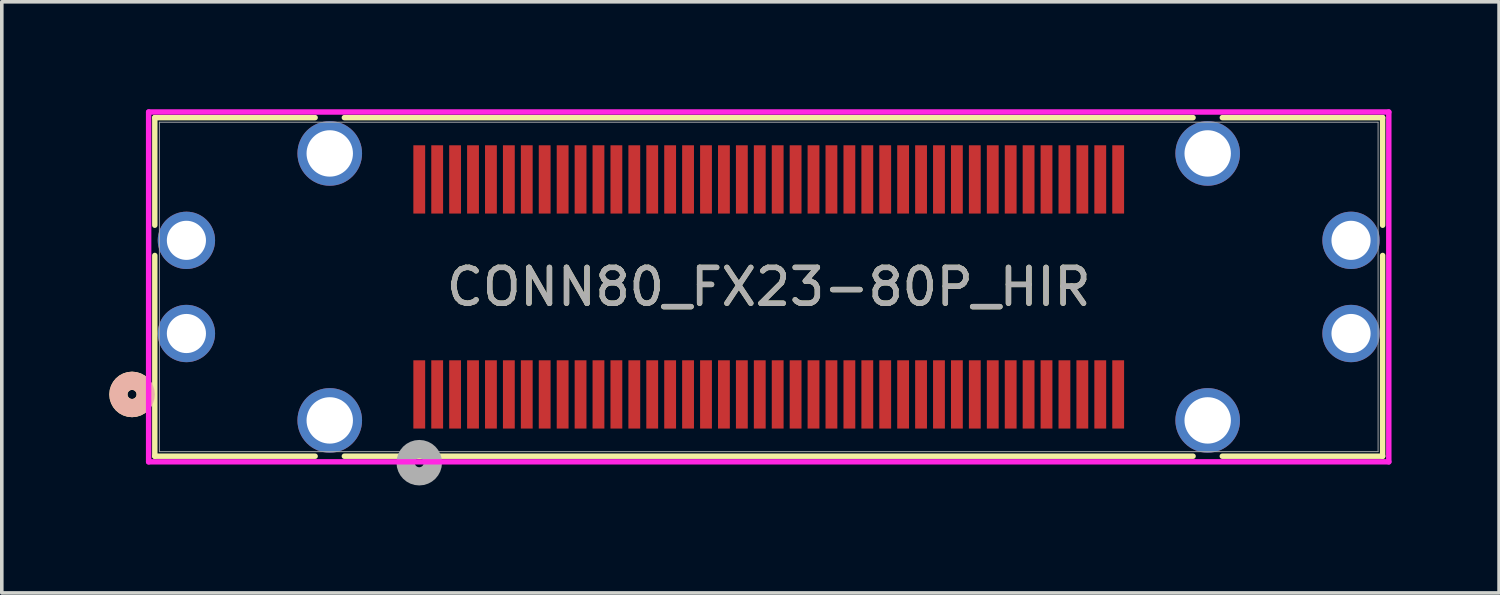
<source format=kicad_pcb>
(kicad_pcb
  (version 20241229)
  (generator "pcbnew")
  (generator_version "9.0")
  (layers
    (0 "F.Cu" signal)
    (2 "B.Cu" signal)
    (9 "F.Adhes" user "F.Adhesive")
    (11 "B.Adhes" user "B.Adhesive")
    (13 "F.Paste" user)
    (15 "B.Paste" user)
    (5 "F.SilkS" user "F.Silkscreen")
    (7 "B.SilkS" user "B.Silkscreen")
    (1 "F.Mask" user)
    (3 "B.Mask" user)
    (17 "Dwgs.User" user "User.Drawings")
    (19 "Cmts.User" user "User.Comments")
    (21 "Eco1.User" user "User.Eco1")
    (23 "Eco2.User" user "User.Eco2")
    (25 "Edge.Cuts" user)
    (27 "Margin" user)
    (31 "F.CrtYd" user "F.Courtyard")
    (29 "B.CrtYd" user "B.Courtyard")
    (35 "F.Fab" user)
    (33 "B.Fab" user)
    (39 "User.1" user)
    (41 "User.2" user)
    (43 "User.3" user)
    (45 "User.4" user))
  (footprint "CONN80_FX23-80P_HIR"
    (layer "F.Cu")
    (at 18.402 4.957)
    (property "Reference" "CONN80_FX23-80P_HIR" (at 0 0 0) (unlocked yes) (layer "F.SilkS") (effects (font (size 1 1) (thickness 0.15))))
    (attr smd)
    (fp_line (start -17.132 -4.724) (end -17.132 -1.722) (stroke (width 0.152) (type solid)) (layer "F.SilkS"))
    (fp_line (start -17.132 -0.878) (end -17.132 4.724) (stroke (width 0.152) (type solid)) (layer "F.SilkS"))
    (fp_line (start -17.132 4.724) (end -12.658 4.724) (stroke (width 0.152) (type solid)) (layer "F.SilkS"))
    (fp_line (start -12.658 -4.724) (end -17.132 -4.724) (stroke (width 0.152) (type solid)) (layer "F.SilkS"))
    (fp_line (start -11.842 4.724) (end 11.842 4.724) (stroke (width 0.152) (type solid)) (layer "F.SilkS"))
    (fp_line (start 11.842 -4.724) (end -11.842 -4.724) (stroke (width 0.152) (type solid)) (layer "F.SilkS"))
    (fp_line (start 12.658 4.724) (end 17.132 4.724) (stroke (width 0.152) (type solid)) (layer "F.SilkS"))
    (fp_line (start 17.132 -4.724) (end 12.658 -4.724) (stroke (width 0.152) (type solid)) (layer "F.SilkS"))
    (fp_line (start 17.132 -1.722) (end 17.132 -4.724) (stroke (width 0.152) (type solid)) (layer "F.SilkS"))
    (fp_line (start 17.132 4.724) (end 17.132 -0.878) (stroke (width 0.152) (type solid)) (layer "F.SilkS"))
    (fp_circle (center -17.767 3) (end -17.386 3) (stroke (width 0.508) (type solid)) (fill no) (layer "F.SilkS"))
    (fp_circle (center -17.767 3) (end -17.386 3) (stroke (width 0.508) (type solid)) (fill no) (layer "B.SilkS"))
    (fp_line (start -17.304 -4.881) (end -17.304 4.881) (stroke (width 0.152) (type solid)) (layer "F.CrtYd"))
    (fp_line (start -17.304 4.881) (end 17.304 4.881) (stroke (width 0.152) (type solid)) (layer "F.CrtYd"))
    (fp_line (start 17.304 -4.881) (end -17.304 -4.881) (stroke (width 0.152) (type solid)) (layer "F.CrtYd"))
    (fp_line (start 17.304 4.881) (end 17.304 -4.881) (stroke (width 0.152) (type solid)) (layer "F.CrtYd"))
    (fp_line (start -17.005 -4.597) (end -17.005 4.597) (stroke (width 0.025) (type solid)) (layer "F.Fab"))
    (fp_line (start -17.005 4.597) (end 17.005 4.597) (stroke (width 0.025) (type solid)) (layer "F.Fab"))
    (fp_line (start 17.005 -4.597) (end -17.005 -4.597) (stroke (width 0.025) (type solid)) (layer "F.Fab"))
    (fp_line (start 17.005 4.597) (end 17.005 -4.597) (stroke (width 0.025) (type solid)) (layer "F.Fab"))
    (fp_circle (center -9.752 4.905) (end -9.371 4.905) (stroke (width 0.508) (type solid)) (fill no) (layer "F.Fab"))
    (fp_text user "${REFERENCE}" (at 0 0 0) (unlocked yes) (layer "F.Fab") (effects (font (size 1 1) (thickness 0.15))))
    (pad "1" smd rect (at -9.752 3) (size 0.33 1.905) (layers "F.Cu" "F.Mask" "F.Paste"))
    (pad "2" smd rect (at -9.252 3) (size 0.33 1.905) (layers "F.Cu" "F.Mask" "F.Paste"))
    (pad "3" smd rect (at -8.752 3) (size 0.33 1.905) (layers "F.Cu" "F.Mask" "F.Paste"))
    (pad "4" smd rect (at -8.252 3) (size 0.33 1.905) (layers "F.Cu" "F.Mask" "F.Paste"))
    (pad "5" smd rect (at -7.752 3) (size 0.33 1.905) (layers "F.Cu" "F.Mask" "F.Paste"))
    (pad "6" smd rect (at -7.252 3) (size 0.33 1.905) (layers "F.Cu" "F.Mask" "F.Paste"))
    (pad "7" smd rect (at -6.752 3) (size 0.33 1.905) (layers "F.Cu" "F.Mask" "F.Paste"))
    (pad "8" smd rect (at -6.252 3) (size 0.33 1.905) (layers "F.Cu" "F.Mask" "F.Paste"))
    (pad "9" smd rect (at -5.751 3) (size 0.33 1.905) (layers "F.Cu" "F.Mask" "F.Paste"))
    (pad "10" smd rect (at -5.251 3) (size 0.33 1.905) (layers "F.Cu" "F.Mask" "F.Paste"))
    (pad "11" smd rect (at -4.751 3) (size 0.33 1.905) (layers "F.Cu" "F.Mask" "F.Paste"))
    (pad "12" smd rect (at -4.251 3) (size 0.33 1.905) (layers "F.Cu" "F.Mask" "F.Paste"))
    (pad "13" smd rect (at -3.751 3) (size 0.33 1.905) (layers "F.Cu" "F.Mask" "F.Paste"))
    (pad "14" smd rect (at -3.251 3) (size 0.33 1.905) (layers "F.Cu" "F.Mask" "F.Paste"))
    (pad "15" smd rect (at -2.751 3) (size 0.33 1.905) (layers "F.Cu" "F.Mask" "F.Paste"))
    (pad "16" smd rect (at -2.251 3) (size 0.33 1.905) (layers "F.Cu" "F.Mask" "F.Paste"))
    (pad "17" smd rect (at -1.75 3) (size 0.33 1.905) (layers "F.Cu" "F.Mask" "F.Paste"))
    (pad "18" smd rect (at -1.25 3) (size 0.33 1.905) (layers "F.Cu" "F.Mask" "F.Paste"))
    (pad "19" smd rect (at -0.75 3) (size 0.33 1.905) (layers "F.Cu" "F.Mask" "F.Paste"))
    (pad "20" smd rect (at -0.25 3) (size 0.33 1.905) (layers "F.Cu" "F.Mask" "F.Paste"))
    (pad "21" smd rect (at 0.25 3) (size 0.33 1.905) (layers "F.Cu" "F.Mask" "F.Paste"))
    (pad "22" smd rect (at 0.75 3) (size 0.33 1.905) (layers "F.Cu" "F.Mask" "F.Paste"))
    (pad "23" smd rect (at 1.25 3) (size 0.33 1.905) (layers "F.Cu" "F.Mask" "F.Paste"))
    (pad "24" smd rect (at 1.75 3) (size 0.33 1.905) (layers "F.Cu" "F.Mask" "F.Paste"))
    (pad "25" smd rect (at 2.251 3) (size 0.33 1.905) (layers "F.Cu" "F.Mask" "F.Paste"))
    (pad "26" smd rect (at 2.751 3) (size 0.33 1.905) (layers "F.Cu" "F.Mask" "F.Paste"))
    (pad "27" smd rect (at 3.251 3) (size 0.33 1.905) (layers "F.Cu" "F.Mask" "F.Paste"))
    (pad "28" smd rect (at 3.751 3) (size 0.33 1.905) (layers "F.Cu" "F.Mask" "F.Paste"))
    (pad "29" smd rect (at 4.251 3) (size 0.33 1.905) (layers "F.Cu" "F.Mask" "F.Paste"))
    (pad "30" smd rect (at 4.751 3) (size 0.33 1.905) (layers "F.Cu" "F.Mask" "F.Paste"))
    (pad "31" smd rect (at 5.251 3) (size 0.33 1.905) (layers "F.Cu" "F.Mask" "F.Paste"))
    (pad "32" smd rect (at 5.751 3) (size 0.33 1.905) (layers "F.Cu" "F.Mask" "F.Paste"))
    (pad "33" smd rect (at 6.252 3) (size 0.33 1.905) (layers "F.Cu" "F.Mask" "F.Paste"))
    (pad "34" smd rect (at 6.752 3) (size 0.33 1.905) (layers "F.Cu" "F.Mask" "F.Paste"))
    (pad "35" smd rect (at 7.252 3) (size 0.33 1.905) (layers "F.Cu" "F.Mask" "F.Paste"))
    (pad "36" smd rect (at 7.752 3) (size 0.33 1.905) (layers "F.Cu" "F.Mask" "F.Paste"))
    (pad "37" smd rect (at 8.252 3) (size 0.33 1.905) (layers "F.Cu" "F.Mask" "F.Paste"))
    (pad "38" smd rect (at 8.752 3) (size 0.33 1.905) (layers "F.Cu" "F.Mask" "F.Paste"))
    (pad "39" smd rect (at 9.252 3) (size 0.33 1.905) (layers "F.Cu" "F.Mask" "F.Paste"))
    (pad "40" smd rect (at 9.752 3) (size 0.33 1.905) (layers "F.Cu" "F.Mask" "F.Paste"))
    (pad "41" smd rect (at -9.752 -3) (size 0.33 1.905) (layers "F.Cu" "F.Mask" "F.Paste"))
    (pad "42" smd rect (at -9.252 -3) (size 0.33 1.905) (layers "F.Cu" "F.Mask" "F.Paste"))
    (pad "43" smd rect (at -8.752 -3) (size 0.33 1.905) (layers "F.Cu" "F.Mask" "F.Paste"))
    (pad "44" smd rect (at -8.252 -3) (size 0.33 1.905) (layers "F.Cu" "F.Mask" "F.Paste"))
    (pad "45" smd rect (at -7.752 -3) (size 0.33 1.905) (layers "F.Cu" "F.Mask" "F.Paste"))
    (pad "46" smd rect (at -7.252 -3) (size 0.33 1.905) (layers "F.Cu" "F.Mask" "F.Paste"))
    (pad "47" smd rect (at -6.752 -3) (size 0.33 1.905) (layers "F.Cu" "F.Mask" "F.Paste"))
    (pad "48" smd rect (at -6.252 -3) (size 0.33 1.905) (layers "F.Cu" "F.Mask" "F.Paste"))
    (pad "49" smd rect (at -5.751 -3) (size 0.33 1.905) (layers "F.Cu" "F.Mask" "F.Paste"))
    (pad "50" smd rect (at -5.251 -3) (size 0.33 1.905) (layers "F.Cu" "F.Mask" "F.Paste"))
    (pad "51" smd rect (at -4.751 -3) (size 0.33 1.905) (layers "F.Cu" "F.Mask" "F.Paste"))
    (pad "52" smd rect (at -4.251 -3) (size 0.33 1.905) (layers "F.Cu" "F.Mask" "F.Paste"))
    (pad "53" smd rect (at -3.751 -3) (size 0.33 1.905) (layers "F.Cu" "F.Mask" "F.Paste"))
    (pad "54" smd rect (at -3.251 -3) (size 0.33 1.905) (layers "F.Cu" "F.Mask" "F.Paste"))
    (pad "55" smd rect (at -2.751 -3) (size 0.33 1.905) (layers "F.Cu" "F.Mask" "F.Paste"))
    (pad "56" smd rect (at -2.251 -3) (size 0.33 1.905) (layers "F.Cu" "F.Mask" "F.Paste"))
    (pad "57" smd rect (at -1.75 -3) (size 0.33 1.905) (layers "F.Cu" "F.Mask" "F.Paste"))
    (pad "58" smd rect (at -1.25 -3) (size 0.33 1.905) (layers "F.Cu" "F.Mask" "F.Paste"))
    (pad "59" smd rect (at -0.75 -3) (size 0.33 1.905) (layers "F.Cu" "F.Mask" "F.Paste"))
    (pad "60" smd rect (at -0.25 -3) (size 0.33 1.905) (layers "F.Cu" "F.Mask" "F.Paste"))
    (pad "61" smd rect (at 0.25 -3) (size 0.33 1.905) (layers "F.Cu" "F.Mask" "F.Paste"))
    (pad "62" smd rect (at 0.75 -3) (size 0.33 1.905) (layers "F.Cu" "F.Mask" "F.Paste"))
    (pad "63" smd rect (at 1.25 -3) (size 0.33 1.905) (layers "F.Cu" "F.Mask" "F.Paste"))
    (pad "64" smd rect (at 1.75 -3) (size 0.33 1.905) (layers "F.Cu" "F.Mask" "F.Paste"))
    (pad "65" smd rect (at 2.251 -3) (size 0.33 1.905) (layers "F.Cu" "F.Mask" "F.Paste"))
    (pad "66" smd rect (at 2.751 -3) (size 0.33 1.905) (layers "F.Cu" "F.Mask" "F.Paste"))
    (pad "67" smd rect (at 3.251 -3) (size 0.33 1.905) (layers "F.Cu" "F.Mask" "F.Paste"))
    (pad "68" smd rect (at 3.751 -3) (size 0.33 1.905) (layers "F.Cu" "F.Mask" "F.Paste"))
    (pad "69" smd rect (at 4.251 -3) (size 0.33 1.905) (layers "F.Cu" "F.Mask" "F.Paste"))
    (pad "70" smd rect (at 4.751 -3) (size 0.33 1.905) (layers "F.Cu" "F.Mask" "F.Paste"))
    (pad "71" smd rect (at 5.251 -3) (size 0.33 1.905) (layers "F.Cu" "F.Mask" "F.Paste"))
    (pad "72" smd rect (at 5.751 -3) (size 0.33 1.905) (layers "F.Cu" "F.Mask" "F.Paste"))
    (pad "73" smd rect (at 6.252 -3) (size 0.33 1.905) (layers "F.Cu" "F.Mask" "F.Paste"))
    (pad "74" smd rect (at 6.752 -3) (size 0.33 1.905) (layers "F.Cu" "F.Mask" "F.Paste"))
    (pad "75" smd rect (at 7.252 -3) (size 0.33 1.905) (layers "F.Cu" "F.Mask" "F.Paste"))
    (pad "76" smd rect (at 7.752 -3) (size 0.33 1.905) (layers "F.Cu" "F.Mask" "F.Paste"))
    (pad "77" smd rect (at 8.252 -3) (size 0.33 1.905) (layers "F.Cu" "F.Mask" "F.Paste"))
    (pad "78" smd rect (at 8.752 -3) (size 0.33 1.905) (layers "F.Cu" "F.Mask" "F.Paste"))
    (pad "79" smd rect (at 9.252 -3) (size 0.33 1.905) (layers "F.Cu" "F.Mask" "F.Paste"))
    (pad "80" smd rect (at 9.752 -3) (size 0.33 1.905) (layers "F.Cu" "F.Mask" "F.Paste"))
    (pad "81" thru_hole circle (at -12.25 -3.725) (size 1.803 1.803) (drill 1.295) (layers "*.Cu" "*.Mask"))
    (pad "82" thru_hole circle (at 12.25 -3.725) (size 1.803 1.803) (drill 1.295) (layers "*.Cu" "*.Mask"))
    (pad "83" thru_hole circle (at -12.25 3.725) (size 1.803 1.803) (drill 1.295) (layers "*.Cu" "*.Mask"))
    (pad "84" thru_hole circle (at 12.25 3.725) (size 1.803 1.803) (drill 1.295) (layers "*.Cu" "*.Mask"))
    (pad "85" thru_hole circle (at -16.25 -1.3) (size 1.6 1.6) (drill 1.092) (layers "*.Cu" "*.Mask"))
    (pad "86" thru_hole circle (at 16.25 -1.3) (size 1.6 1.6) (drill 1.092) (layers "*.Cu" "*.Mask"))
    (pad "87" thru_hole circle (at -16.25 1.3) (size 1.6 1.6) (drill 1.092) (layers "*.Cu" "*.Mask"))
    (pad "88" thru_hole circle (at 16.25 1.3) (size 1.6 1.6) (drill 1.092) (layers "*.Cu" "*.Mask")))
  (gr_rect
    (start -3 -3)
    (end 38.783 13.497)
    (stroke (width 0.1) (type default))
    (fill no)
    (layer "Edge.Cuts")))
</source>
